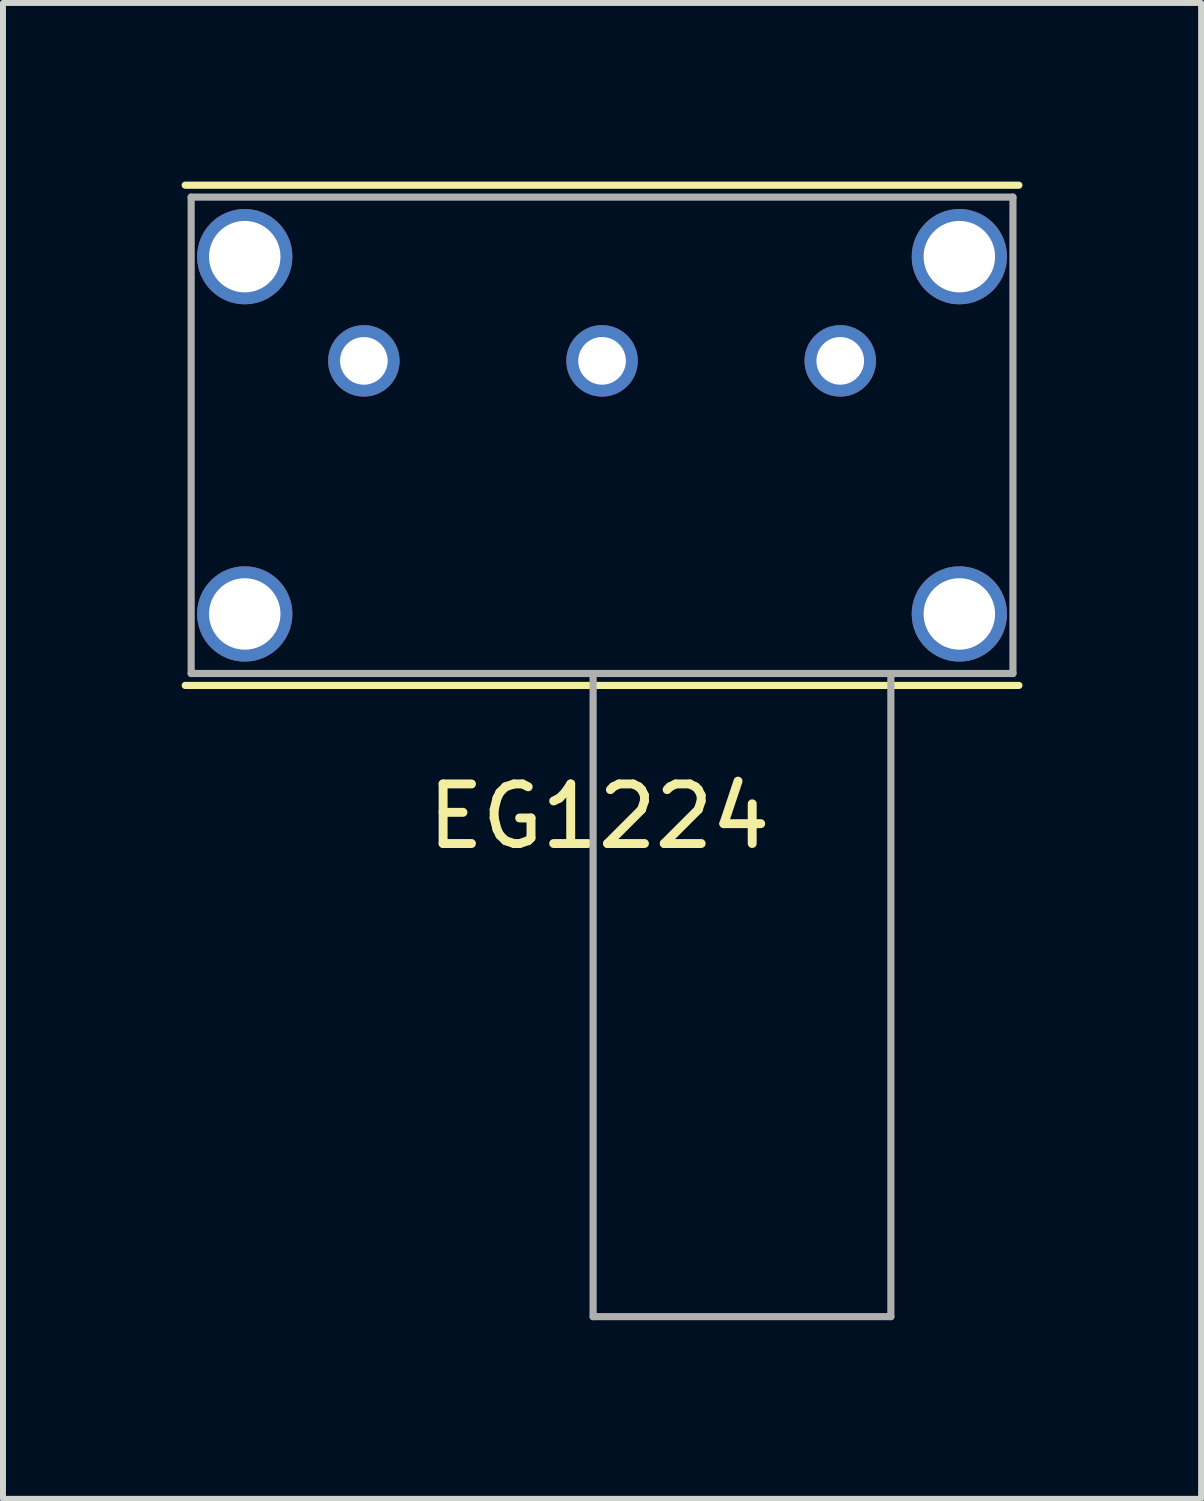
<source format=kicad_pcb>
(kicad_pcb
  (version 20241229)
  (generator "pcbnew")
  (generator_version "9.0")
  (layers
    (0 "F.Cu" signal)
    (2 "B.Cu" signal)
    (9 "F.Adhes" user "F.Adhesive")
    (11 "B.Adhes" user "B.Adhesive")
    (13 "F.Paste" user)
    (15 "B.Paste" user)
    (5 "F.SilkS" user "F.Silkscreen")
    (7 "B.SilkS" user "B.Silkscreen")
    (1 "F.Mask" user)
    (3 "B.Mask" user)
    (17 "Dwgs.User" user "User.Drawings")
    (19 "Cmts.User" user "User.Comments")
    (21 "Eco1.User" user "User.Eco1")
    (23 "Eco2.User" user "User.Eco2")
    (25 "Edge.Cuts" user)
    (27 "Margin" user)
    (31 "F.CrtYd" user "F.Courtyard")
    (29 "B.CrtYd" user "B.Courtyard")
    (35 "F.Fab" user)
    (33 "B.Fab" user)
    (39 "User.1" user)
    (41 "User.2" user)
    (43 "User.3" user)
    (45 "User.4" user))
  (footprint "EG1224"
    (layer "F.Cu")
    (at 7.01 10.16)
    (property "Reference" "EG1224" (at 0 0.5 0) (layer "F.SilkS") (effects (font (size 1 1) (thickness 0.15))))
    (attr through_hole)
    (fp_line (start -6.95 -10.1) (end 7.05 -10.1) (stroke (width 0.12) (type solid)) (layer "F.SilkS"))
    (fp_line (start -6.95 -1.7) (end 7.05 -1.7) (stroke (width 0.12) (type solid)) (layer "F.SilkS"))
    (fp_line (start -6.85 -9.9) (end -6.85 -1.9) (stroke (width 0.12) (type solid)) (layer "F.Fab"))
    (fp_line (start -6.85 -9.9) (end 6.95 -9.9) (stroke (width 0.12) (type solid)) (layer "F.Fab"))
    (fp_line (start -0.1 -1.9) (end -0.1 8.9) (stroke (width 0.12) (type solid)) (layer "F.Fab"))
    (fp_line (start -0.1 8.9) (end 4.9 8.9) (stroke (width 0.12) (type solid)) (layer "F.Fab"))
    (fp_line (start 4.9 -1.9) (end 4.9 8.9) (stroke (width 0.12) (type solid)) (layer "F.Fab"))
    (fp_line (start 6.95 -1.9) (end -6.85 -1.9) (stroke (width 0.12) (type solid)) (layer "F.Fab"))
    (fp_line (start 6.95 -1.9) (end 6.95 -9.9) (stroke (width 0.12) (type solid)) (layer "F.Fab"))
    (pad "" thru_hole circle (at -5.95 -8.9) (size 1.6 1.6) (drill 1.2) (layers "*.Cu" "*.Mask"))
    (pad "" thru_hole circle (at -5.95 -2.9) (size 1.6 1.6) (drill 1.2) (layers "*.Cu" "*.Mask"))
    (pad "" thru_hole circle (at 6.05 -8.9) (size 1.6 1.6) (drill 1.2) (layers "*.Cu" "*.Mask"))
    (pad "" thru_hole circle (at 6.05 -2.9) (size 1.6 1.6) (drill 1.2) (layers "*.Cu" "*.Mask"))
    (pad "1" thru_hole circle (at -3.95 -7.15) (size 1.2 1.2) (drill 0.8) (layers "*.Cu" "*.Mask"))
    (pad "2" thru_hole circle (at 0.05 -7.15) (size 1.2 1.2) (drill 0.8) (layers "*.Cu" "*.Mask"))
    (pad "3" thru_hole circle (at 4.05 -7.15) (size 1.2 1.2) (drill 0.8) (layers "*.Cu" "*.Mask")))
  (gr_rect
    (start -3 -3)
    (end 17.12 22.12)
    (stroke (width 0.1) (type default))
    (fill no)
    (layer "Edge.Cuts")))
</source>
